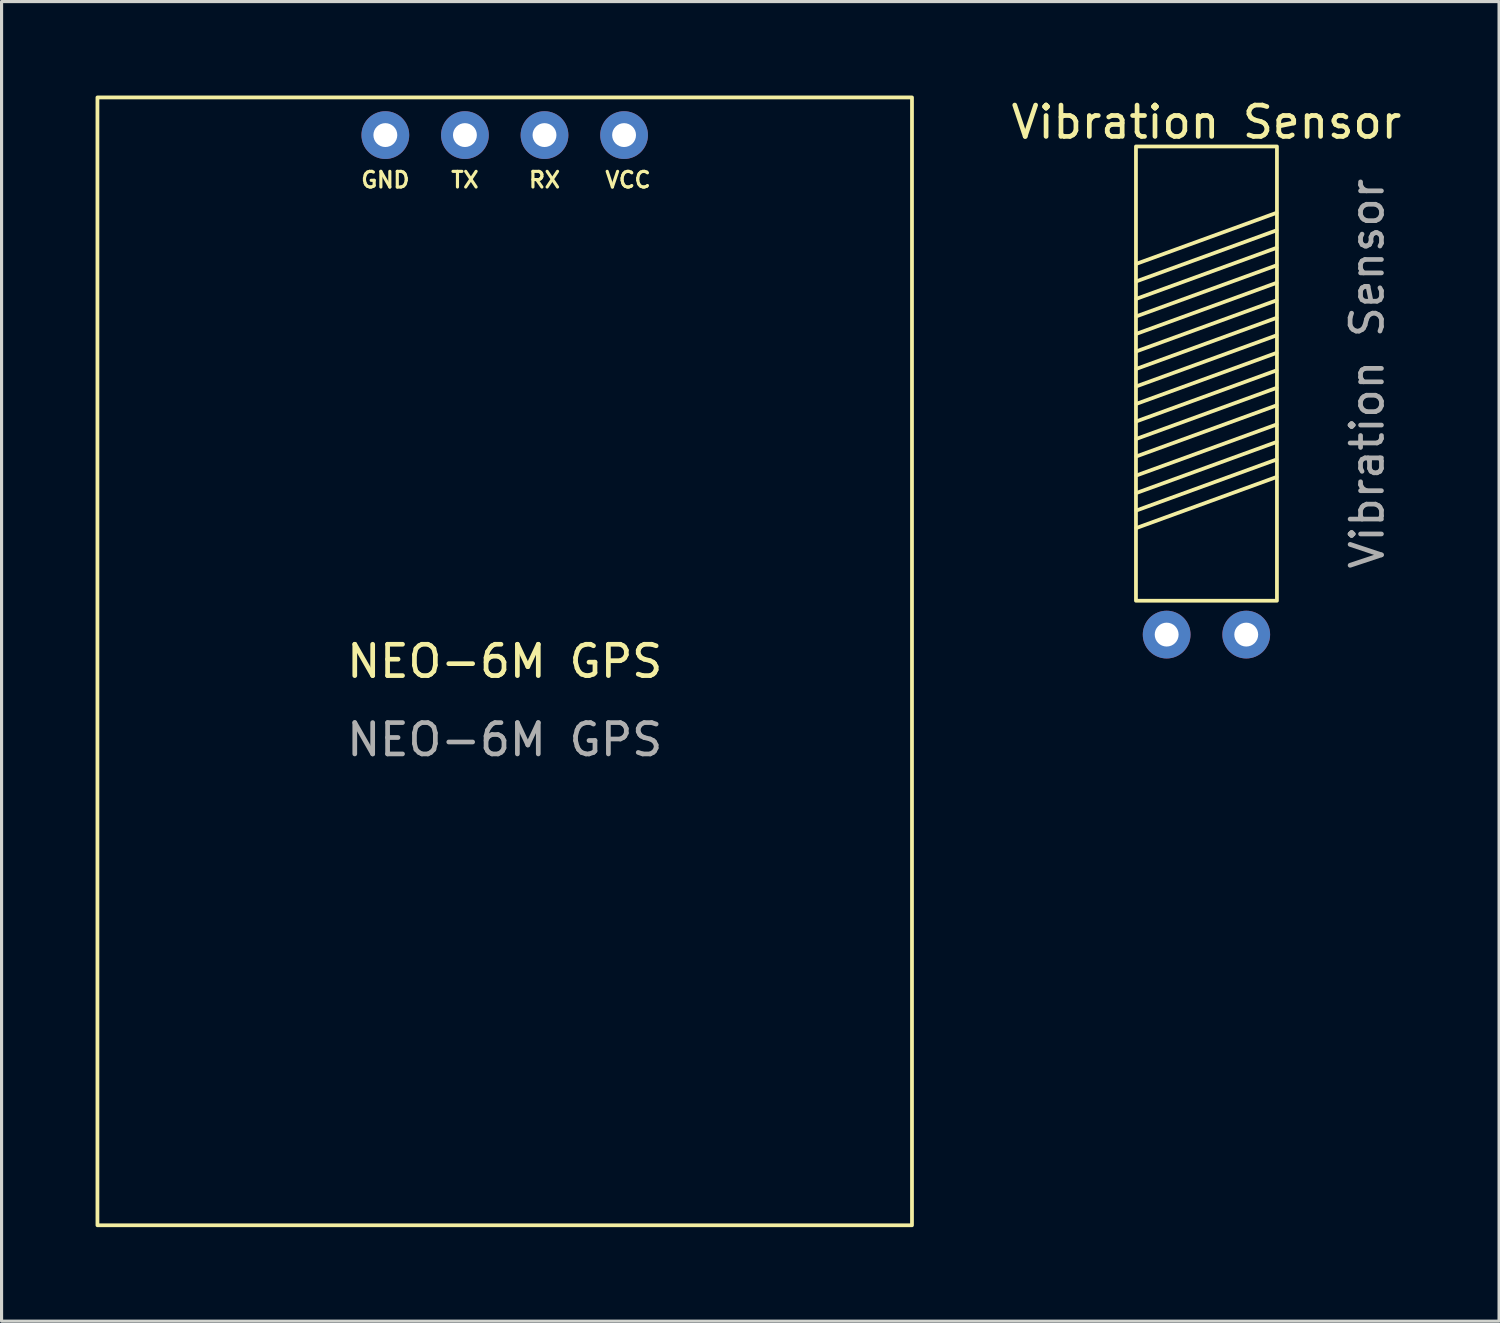
<source format=kicad_pcb>
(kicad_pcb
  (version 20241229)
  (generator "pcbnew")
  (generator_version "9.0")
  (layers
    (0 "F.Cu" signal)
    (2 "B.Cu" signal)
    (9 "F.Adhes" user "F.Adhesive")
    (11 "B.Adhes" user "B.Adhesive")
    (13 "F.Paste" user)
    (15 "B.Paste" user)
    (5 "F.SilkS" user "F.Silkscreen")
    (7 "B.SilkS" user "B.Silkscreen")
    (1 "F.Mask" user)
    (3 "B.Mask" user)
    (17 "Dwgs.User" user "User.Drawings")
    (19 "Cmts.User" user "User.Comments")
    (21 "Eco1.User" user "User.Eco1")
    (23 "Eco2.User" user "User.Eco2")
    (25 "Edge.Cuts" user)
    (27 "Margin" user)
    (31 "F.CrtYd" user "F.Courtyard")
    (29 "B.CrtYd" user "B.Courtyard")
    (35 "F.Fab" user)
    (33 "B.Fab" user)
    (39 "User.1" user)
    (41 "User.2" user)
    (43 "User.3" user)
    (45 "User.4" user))
  (footprint "Vibration Sensor"
    (layer "F.Cu")
    (at 35.459 8.875)
    (property "Reference" "Vibration Sensor" (at 0 -8.026 0) (unlocked yes) (layer "F.SilkS") (effects (font (size 1 1) (thickness 0.15))))
    (attr through_hole)
    (fp_line (start 2.235 -5.131) (end -2.235 -3.505) (stroke (width 0.12) (type solid)) (layer "F.SilkS"))
    (fp_line (start 2.235 -4.572) (end -2.235 -2.946) (stroke (width 0.12) (type solid)) (layer "F.SilkS"))
    (fp_line (start 2.235 -4.013) (end -2.235 -2.388) (stroke (width 0.12) (type solid)) (layer "F.SilkS"))
    (fp_line (start 2.235 -3.454) (end -2.235 -1.829) (stroke (width 0.12) (type solid)) (layer "F.SilkS"))
    (fp_line (start 2.235 -2.896) (end -2.235 -1.27) (stroke (width 0.12) (type solid)) (layer "F.SilkS"))
    (fp_line (start 2.235 -2.337) (end -2.235 -0.711) (stroke (width 0.12) (type solid)) (layer "F.SilkS"))
    (fp_line (start 2.235 -1.778) (end -2.235 -0.152) (stroke (width 0.12) (type solid)) (layer "F.SilkS"))
    (fp_line (start 2.235 -1.219) (end -2.235 0.406) (stroke (width 0.12) (type solid)) (layer "F.SilkS"))
    (fp_line (start 2.235 -0.66) (end -2.235 0.965) (stroke (width 0.12) (type solid)) (layer "F.SilkS"))
    (fp_line (start 2.235 -0.102) (end -2.235 1.524) (stroke (width 0.12) (type solid)) (layer "F.SilkS"))
    (fp_line (start 2.235 0.457) (end -2.235 2.083) (stroke (width 0.12) (type solid)) (layer "F.SilkS"))
    (fp_line (start 2.235 1.016) (end -2.235 2.642) (stroke (width 0.12) (type solid)) (layer "F.SilkS"))
    (fp_line (start 2.235 1.626) (end -2.235 3.251) (stroke (width 0.12) (type solid)) (layer "F.SilkS"))
    (fp_line (start 2.235 2.184) (end -2.235 3.81) (stroke (width 0.12) (type solid)) (layer "F.SilkS"))
    (fp_line (start 2.235 2.743) (end -2.235 4.369) (stroke (width 0.12) (type solid)) (layer "F.SilkS"))
    (fp_line (start 2.235 3.302) (end -2.235 4.928) (stroke (width 0.12) (type solid)) (layer "F.SilkS"))
    (fp_rect (start -2.25 7.25) (end 2.25 -7.25) (stroke (width 0.12) (type solid)) (fill no) (layer "F.SilkS"))
    (fp_text user "${REFERENCE}" (at 5.131 0 90) (unlocked yes) (layer "F.Fab") (effects (font (size 1 1) (thickness 0.15))))
    (pad "1" thru_hole circle (at -1.27 8.331) (size 1.524 1.524) (drill 0.762) (layers "*.Cu" "*.Mask"))
    (pad "2" thru_hole circle (at 1.27 8.331) (size 1.524 1.524) (drill 0.762) (layers "*.Cu" "*.Mask")))
  (footprint "NEO-6M GPS"
    (layer "F.Cu")
    (at 13.06 18.06)
    (property "Reference" "NEO-6M GPS" (at 0 0 0) (unlocked yes) (layer "F.SilkS") (effects (font (size 1 1) (thickness 0.15))))
    (attr through_hole)
    (fp_rect (start -13 -18) (end 13 18) (stroke (width 0.12) (type solid)) (fill no) (layer "F.SilkS"))
    (fp_text user "RX" (at 1.27 -15.367 0) (unlocked yes) (layer "F.SilkS") (effects (font (size 0.5 0.5) (thickness 0.1))))
    (fp_text user "VCC" (at 3.937 -15.367 0) (unlocked yes) (layer "F.SilkS") (effects (font (size 0.5 0.5) (thickness 0.1))))
    (fp_text user "GND" (at -3.81 -15.367 0) (unlocked yes) (layer "F.SilkS") (effects (font (size 0.5 0.5) (thickness 0.1))))
    (fp_text user "TX" (at -1.27 -15.367 0) (unlocked yes) (layer "F.SilkS") (effects (font (size 0.5 0.5) (thickness 0.1))))
    (fp_text user "${REFERENCE}" (at 0 2.5 0) (unlocked yes) (layer "F.Fab") (effects (font (size 1 1) (thickness 0.15))))
    (pad "1" thru_hole circle (at 3.81 -16.798 180) (size 1.524 1.524) (drill 0.762) (layers "*.Cu" "*.Mask"))
    (pad "2" thru_hole circle (at 1.27 -16.798 180) (size 1.524 1.524) (drill 0.762) (layers "*.Cu" "*.Mask"))
    (pad "3" thru_hole circle (at -1.27 -16.798 180) (size 1.524 1.524) (drill 0.762) (layers "*.Cu" "*.Mask"))
    (pad "4" thru_hole circle (at -3.81 -16.798 180) (size 1.524 1.524) (drill 0.762) (layers "*.Cu" "*.Mask")))
  (gr_rect
    (start -3 -3)
    (end 44.799 39.12)
    (stroke (width 0.1) (type default))
    (fill no)
    (layer "Edge.Cuts")))
</source>
